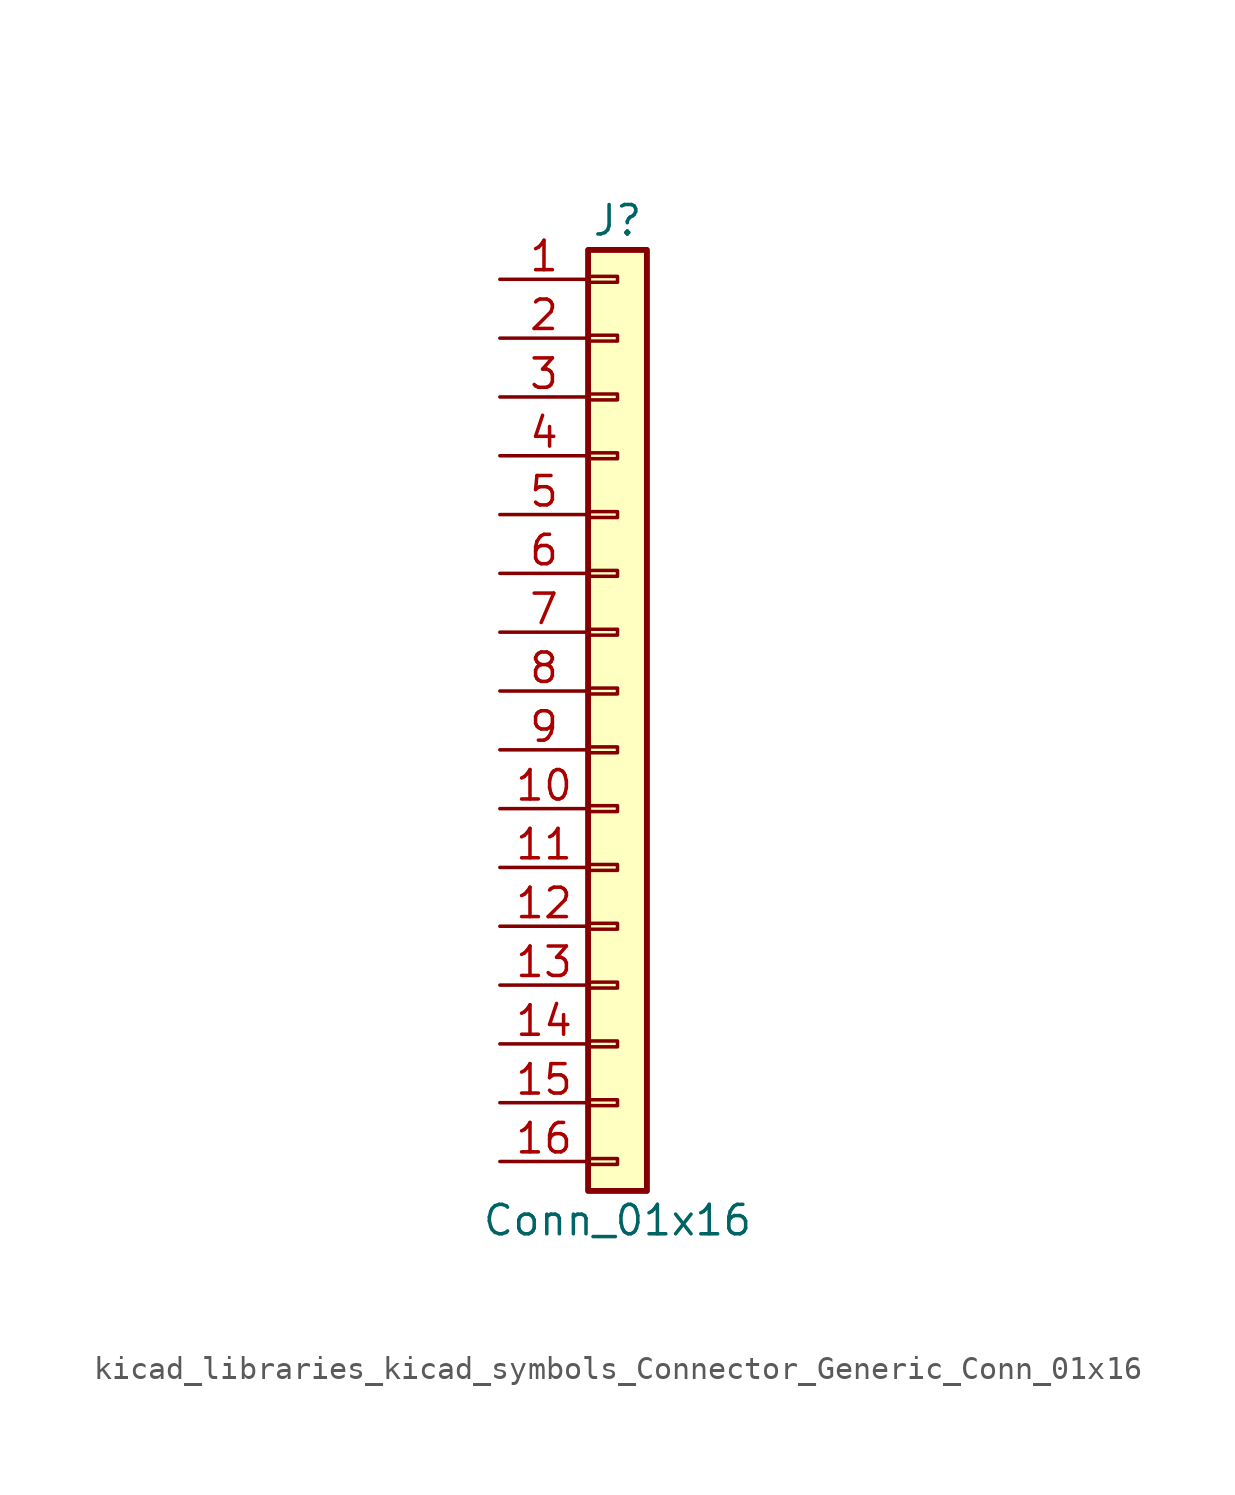
<source format=kicad_sym>
(kicad_symbol_lib
  (version 20220914)
  (generator kicad_symbol_editor)
  (symbol "kicad_libraries_kicad_symbols_Connector_Generic_Conn_01x16"
    (pin_names
      (offset 1.016) hide)
    (property "Reference" "J"
      (at 0 20.32 0)
      (effects (font (size 1.27 1.27))))
    (property "Value" "Conn_01x16"
      (at 0 -22.86 0)
      (effects (font (size 1.27 1.27))))
    (symbol "kicad_libraries_kicad_symbols_Connector_Generic_Conn_01x16_1_1"
      (rectangle (start -1.27 -20.193) (end 0 -20.447) (stroke (width 0.152) (type default)) (fill (type none)))
      (rectangle (start -1.27 -17.653) (end 0 -17.907) (stroke (width 0.152) (type default)) (fill (type none)))
      (rectangle (start -1.27 -15.113) (end 0 -15.367) (stroke (width 0.152) (type default)) (fill (type none)))
      (rectangle (start -1.27 -12.573) (end 0 -12.827) (stroke (width 0.152) (type default)) (fill (type none)))
      (rectangle (start -1.27 -10.033) (end 0 -10.287) (stroke (width 0.152) (type default)) (fill (type none)))
      (rectangle (start -1.27 -7.493) (end 0 -7.747) (stroke (width 0.152) (type default)) (fill (type none)))
      (rectangle (start -1.27 -4.953) (end 0 -5.207) (stroke (width 0.152) (type default)) (fill (type none)))
      (rectangle (start -1.27 -2.413) (end 0 -2.667) (stroke (width 0.152) (type default)) (fill (type none)))
      (rectangle (start -1.27 0.127) (end 0 -0.127) (stroke (width 0.152) (type default)) (fill (type none)))
      (rectangle (start -1.27 2.667) (end 0 2.413) (stroke (width 0.152) (type default)) (fill (type none)))
      (rectangle (start -1.27 5.207) (end 0 4.953) (stroke (width 0.152) (type default)) (fill (type none)))
      (rectangle (start -1.27 7.747) (end 0 7.493) (stroke (width 0.152) (type default)) (fill (type none)))
      (rectangle (start -1.27 10.287) (end 0 10.033) (stroke (width 0.152) (type default)) (fill (type none)))
      (rectangle (start -1.27 12.827) (end 0 12.573) (stroke (width 0.152) (type default)) (fill (type none)))
      (rectangle (start -1.27 15.367) (end 0 15.113) (stroke (width 0.152) (type default)) (fill (type none)))
      (rectangle (start -1.27 17.907) (end 0 17.653) (stroke (width 0.152) (type default)) (fill (type none)))
      (rectangle (start -1.27 19.05) (end 1.27 -21.59) (stroke (width 0.254) (type default)) (fill (type background)))
      (pin passive line (at -5.08 17.78 0) (length 3.81) (name "Pin_1" (effects (font (size 1.27 1.27)))) (number "1" (effects (font (size 1.27 1.27)))))
      (pin passive line (at -5.08 -5.08 0) (length 3.81) (name "Pin_10" (effects (font (size 1.27 1.27)))) (number "10" (effects (font (size 1.27 1.27)))))
      (pin passive line (at -5.08 -7.62 0) (length 3.81) (name "Pin_11" (effects (font (size 1.27 1.27)))) (number "11" (effects (font (size 1.27 1.27)))))
      (pin passive line (at -5.08 -10.16 0) (length 3.81) (name "Pin_12" (effects (font (size 1.27 1.27)))) (number "12" (effects (font (size 1.27 1.27)))))
      (pin passive line (at -5.08 -12.7 0) (length 3.81) (name "Pin_13" (effects (font (size 1.27 1.27)))) (number "13" (effects (font (size 1.27 1.27)))))
      (pin passive line (at -5.08 -15.24 0) (length 3.81) (name "Pin_14" (effects (font (size 1.27 1.27)))) (number "14" (effects (font (size 1.27 1.27)))))
      (pin passive line (at -5.08 -17.78 0) (length 3.81) (name "Pin_15" (effects (font (size 1.27 1.27)))) (number "15" (effects (font (size 1.27 1.27)))))
      (pin passive line (at -5.08 -20.32 0) (length 3.81) (name "Pin_16" (effects (font (size 1.27 1.27)))) (number "16" (effects (font (size 1.27 1.27)))))
      (pin passive line (at -5.08 15.24 0) (length 3.81) (name "Pin_2" (effects (font (size 1.27 1.27)))) (number "2" (effects (font (size 1.27 1.27)))))
      (pin passive line (at -5.08 12.7 0) (length 3.81) (name "Pin_3" (effects (font (size 1.27 1.27)))) (number "3" (effects (font (size 1.27 1.27)))))
      (pin passive line (at -5.08 10.16 0) (length 3.81) (name "Pin_4" (effects (font (size 1.27 1.27)))) (number "4" (effects (font (size 1.27 1.27)))))
      (pin passive line (at -5.08 7.62 0) (length 3.81) (name "Pin_5" (effects (font (size 1.27 1.27)))) (number "5" (effects (font (size 1.27 1.27)))))
      (pin passive line (at -5.08 5.08 0) (length 3.81) (name "Pin_6" (effects (font (size 1.27 1.27)))) (number "6" (effects (font (size 1.27 1.27)))))
      (pin passive line (at -5.08 2.54 0) (length 3.81) (name "Pin_7" (effects (font (size 1.27 1.27)))) (number "7" (effects (font (size 1.27 1.27)))))
      (pin passive line (at -5.08 0 0) (length 3.81) (name "Pin_8" (effects (font (size 1.27 1.27)))) (number "8" (effects (font (size 1.27 1.27)))))
      (pin passive line (at -5.08 -2.54 0) (length 3.81) (name "Pin_9" (effects (font (size 1.27 1.27)))) (number "9" (effects (font (size 1.27 1.27))))))))
</source>
